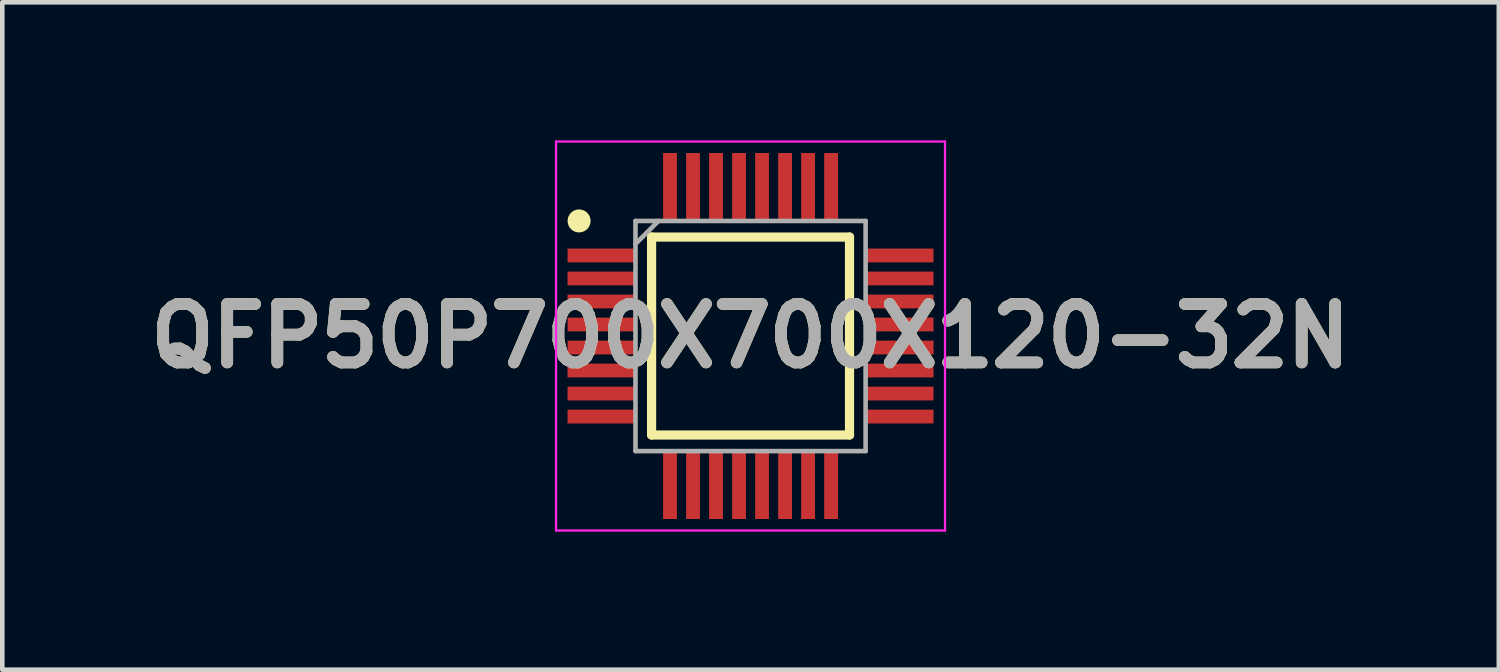
<source format=kicad_pcb>
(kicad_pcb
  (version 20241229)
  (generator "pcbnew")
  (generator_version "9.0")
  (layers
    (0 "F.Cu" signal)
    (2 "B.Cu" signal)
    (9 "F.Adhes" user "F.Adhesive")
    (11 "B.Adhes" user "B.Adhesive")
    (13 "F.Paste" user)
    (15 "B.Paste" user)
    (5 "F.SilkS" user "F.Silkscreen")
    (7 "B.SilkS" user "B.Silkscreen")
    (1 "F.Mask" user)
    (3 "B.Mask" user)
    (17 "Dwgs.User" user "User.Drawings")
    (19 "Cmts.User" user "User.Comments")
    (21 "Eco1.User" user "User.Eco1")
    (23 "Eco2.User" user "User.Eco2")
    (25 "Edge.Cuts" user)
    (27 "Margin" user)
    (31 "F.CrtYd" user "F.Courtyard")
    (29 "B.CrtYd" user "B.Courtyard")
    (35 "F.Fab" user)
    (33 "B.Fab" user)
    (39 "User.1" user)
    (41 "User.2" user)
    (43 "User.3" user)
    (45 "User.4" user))
  (footprint "QFP50P700X700X120-32N"
    (layer "F.Cu")
    (at 13.256 4.25)
    (property "Reference" "QFP50P700X700X120-32N" (at 0 0 0) (layer "F.SilkS") (effects (font (size 1.27 1.27) (thickness 0.254))))
    (attr smd)
    (fp_line (start -2.15 -2.15) (end 2.15 -2.15) (stroke (width 0.2) (type solid)) (layer "F.SilkS"))
    (fp_line (start -2.15 2.15) (end -2.15 -2.15) (stroke (width 0.2) (type solid)) (layer "F.SilkS"))
    (fp_line (start 2.15 -2.15) (end 2.15 2.15) (stroke (width 0.2) (type solid)) (layer "F.SilkS"))
    (fp_line (start 2.15 2.15) (end -2.15 2.15) (stroke (width 0.2) (type solid)) (layer "F.SilkS"))
    (fp_circle (center -3.725 -2.5) (end -3.725 -2.375) (stroke (width 0.25) (type solid)) (fill no) (layer "F.SilkS"))
    (fp_line (start -4.225 -4.225) (end 4.225 -4.225) (stroke (width 0.05) (type solid)) (layer "F.CrtYd"))
    (fp_line (start -4.225 4.225) (end -4.225 -4.225) (stroke (width 0.05) (type solid)) (layer "F.CrtYd"))
    (fp_line (start 4.225 -4.225) (end 4.225 4.225) (stroke (width 0.05) (type solid)) (layer "F.CrtYd"))
    (fp_line (start 4.225 4.225) (end -4.225 4.225) (stroke (width 0.05) (type solid)) (layer "F.CrtYd"))
    (fp_line (start -2.5 -2.5) (end 2.5 -2.5) (stroke (width 0.1) (type solid)) (layer "F.Fab"))
    (fp_line (start -2.5 -2) (end -2 -2.5) (stroke (width 0.1) (type solid)) (layer "F.Fab"))
    (fp_line (start -2.5 2.5) (end -2.5 -2.5) (stroke (width 0.1) (type solid)) (layer "F.Fab"))
    (fp_line (start 2.5 -2.5) (end 2.5 2.5) (stroke (width 0.1) (type solid)) (layer "F.Fab"))
    (fp_line (start 2.5 2.5) (end -2.5 2.5) (stroke (width 0.1) (type solid)) (layer "F.Fab"))
    (fp_text user "${REFERENCE}" (at 0 0 0) (layer "F.Fab") (effects (font (size 1.27 1.27) (thickness 0.254))))
    (pad "1" smd rect (at -3.238 -1.75 90) (size 0.3 1.475) (layers "F.Cu" "F.Mask" "F.Paste"))
    (pad "2" smd rect (at -3.238 -1.25 90) (size 0.3 1.475) (layers "F.Cu" "F.Mask" "F.Paste"))
    (pad "3" smd rect (at -3.238 -0.75 90) (size 0.3 1.475) (layers "F.Cu" "F.Mask" "F.Paste"))
    (pad "4" smd rect (at -3.238 -0.25 90) (size 0.3 1.475) (layers "F.Cu" "F.Mask" "F.Paste"))
    (pad "5" smd rect (at -3.238 0.25 90) (size 0.3 1.475) (layers "F.Cu" "F.Mask" "F.Paste"))
    (pad "6" smd rect (at -3.238 0.75 90) (size 0.3 1.475) (layers "F.Cu" "F.Mask" "F.Paste"))
    (pad "7" smd rect (at -3.238 1.25 90) (size 0.3 1.475) (layers "F.Cu" "F.Mask" "F.Paste"))
    (pad "8" smd rect (at -3.238 1.75 90) (size 0.3 1.475) (layers "F.Cu" "F.Mask" "F.Paste"))
    (pad "9" smd rect (at -1.75 3.238) (size 0.3 1.475) (layers "F.Cu" "F.Mask" "F.Paste"))
    (pad "10" smd rect (at -1.25 3.238) (size 0.3 1.475) (layers "F.Cu" "F.Mask" "F.Paste"))
    (pad "11" smd rect (at -0.75 3.238) (size 0.3 1.475) (layers "F.Cu" "F.Mask" "F.Paste"))
    (pad "12" smd rect (at -0.25 3.238) (size 0.3 1.475) (layers "F.Cu" "F.Mask" "F.Paste"))
    (pad "13" smd rect (at 0.25 3.238) (size 0.3 1.475) (layers "F.Cu" "F.Mask" "F.Paste"))
    (pad "14" smd rect (at 0.75 3.238) (size 0.3 1.475) (layers "F.Cu" "F.Mask" "F.Paste"))
    (pad "15" smd rect (at 1.25 3.238) (size 0.3 1.475) (layers "F.Cu" "F.Mask" "F.Paste"))
    (pad "16" smd rect (at 1.75 3.238) (size 0.3 1.475) (layers "F.Cu" "F.Mask" "F.Paste"))
    (pad "17" smd rect (at 3.238 1.75 90) (size 0.3 1.475) (layers "F.Cu" "F.Mask" "F.Paste"))
    (pad "18" smd rect (at 3.238 1.25 90) (size 0.3 1.475) (layers "F.Cu" "F.Mask" "F.Paste"))
    (pad "19" smd rect (at 3.238 0.75 90) (size 0.3 1.475) (layers "F.Cu" "F.Mask" "F.Paste"))
    (pad "20" smd rect (at 3.238 0.25 90) (size 0.3 1.475) (layers "F.Cu" "F.Mask" "F.Paste"))
    (pad "21" smd rect (at 3.238 -0.25 90) (size 0.3 1.475) (layers "F.Cu" "F.Mask" "F.Paste"))
    (pad "22" smd rect (at 3.238 -0.75 90) (size 0.3 1.475) (layers "F.Cu" "F.Mask" "F.Paste"))
    (pad "23" smd rect (at 3.238 -1.25 90) (size 0.3 1.475) (layers "F.Cu" "F.Mask" "F.Paste"))
    (pad "24" smd rect (at 3.238 -1.75 90) (size 0.3 1.475) (layers "F.Cu" "F.Mask" "F.Paste"))
    (pad "25" smd rect (at 1.75 -3.238) (size 0.3 1.475) (layers "F.Cu" "F.Mask" "F.Paste"))
    (pad "26" smd rect (at 1.25 -3.238) (size 0.3 1.475) (layers "F.Cu" "F.Mask" "F.Paste"))
    (pad "27" smd rect (at 0.75 -3.238) (size 0.3 1.475) (layers "F.Cu" "F.Mask" "F.Paste"))
    (pad "28" smd rect (at 0.25 -3.238) (size 0.3 1.475) (layers "F.Cu" "F.Mask" "F.Paste"))
    (pad "29" smd rect (at -0.25 -3.238) (size 0.3 1.475) (layers "F.Cu" "F.Mask" "F.Paste"))
    (pad "30" smd rect (at -0.75 -3.238) (size 0.3 1.475) (layers "F.Cu" "F.Mask" "F.Paste"))
    (pad "31" smd rect (at -1.25 -3.238) (size 0.3 1.475) (layers "F.Cu" "F.Mask" "F.Paste"))
    (pad "32" smd rect (at -1.75 -3.238) (size 0.3 1.475) (layers "F.Cu" "F.Mask" "F.Paste")))
  (gr_rect
    (start -3 -3)
    (end 29.513 11.5)
    (stroke (width 0.1) (type default))
    (fill no)
    (layer "Edge.Cuts")))
</source>
